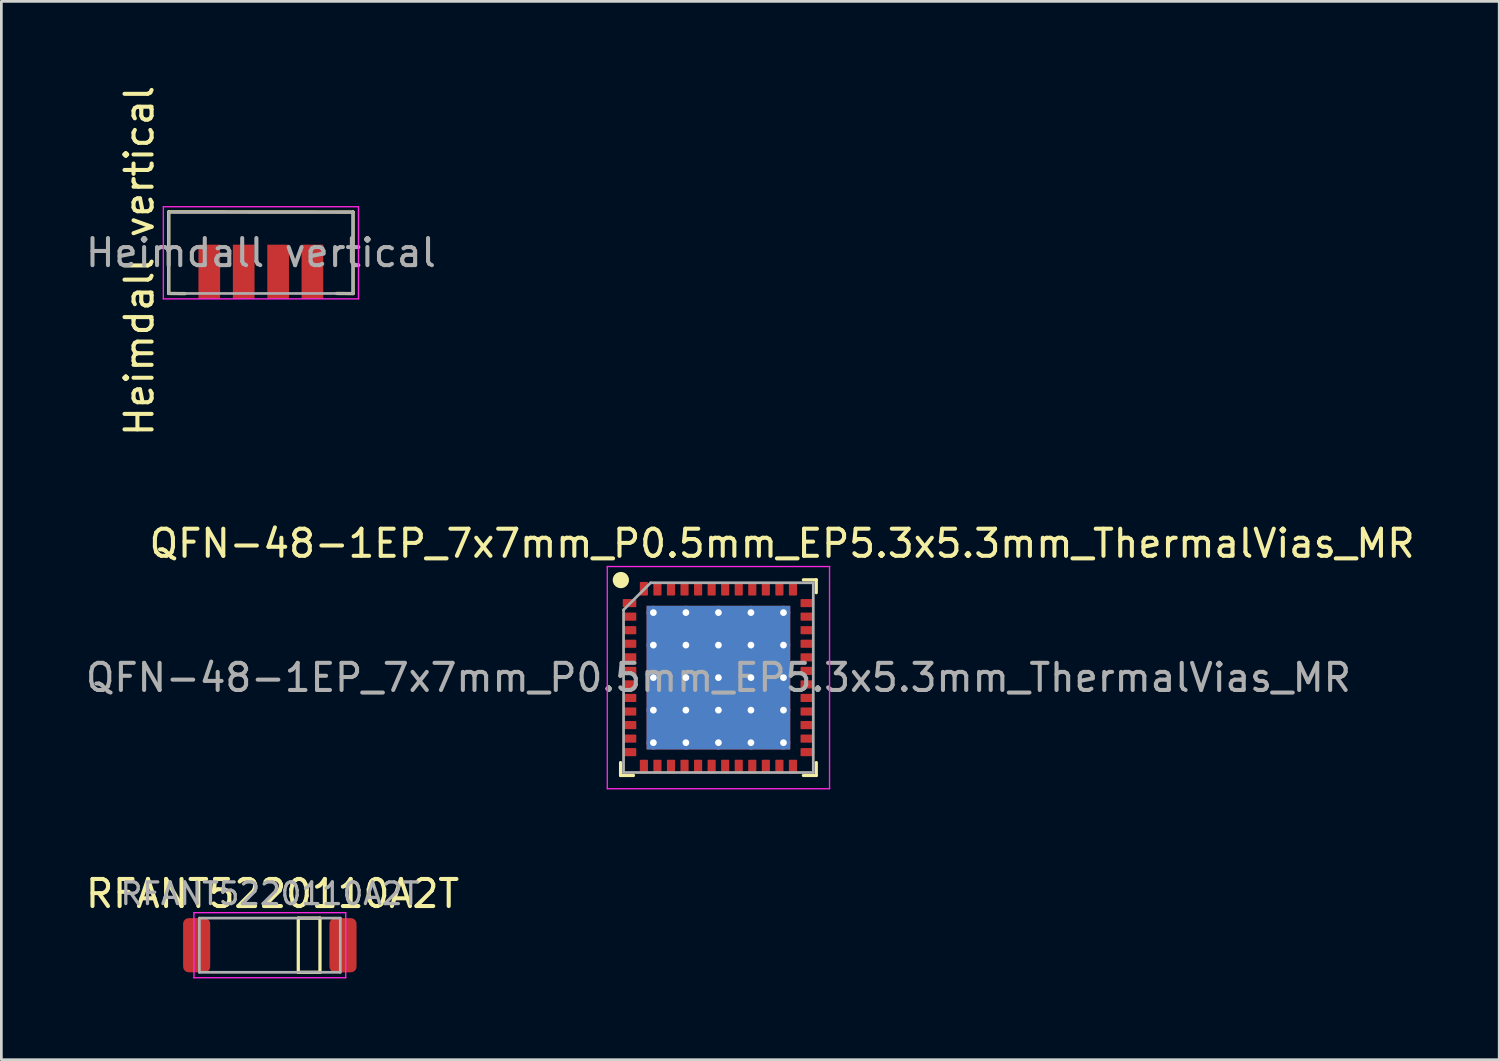
<source format=kicad_pcb>
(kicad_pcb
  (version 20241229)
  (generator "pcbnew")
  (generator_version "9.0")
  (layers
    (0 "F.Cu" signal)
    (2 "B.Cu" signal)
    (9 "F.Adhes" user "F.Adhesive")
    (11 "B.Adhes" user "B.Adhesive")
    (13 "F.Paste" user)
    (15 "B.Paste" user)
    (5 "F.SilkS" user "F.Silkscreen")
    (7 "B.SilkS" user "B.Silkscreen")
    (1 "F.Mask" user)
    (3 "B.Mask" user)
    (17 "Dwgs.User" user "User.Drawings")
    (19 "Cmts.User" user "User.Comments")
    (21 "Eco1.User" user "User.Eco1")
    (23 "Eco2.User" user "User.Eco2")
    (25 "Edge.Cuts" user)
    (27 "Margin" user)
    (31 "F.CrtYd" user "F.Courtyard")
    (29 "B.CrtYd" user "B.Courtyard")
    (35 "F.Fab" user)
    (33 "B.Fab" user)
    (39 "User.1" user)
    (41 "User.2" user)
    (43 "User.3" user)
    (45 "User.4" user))
  (footprint "QFN-48-1EP_7x7mm_P0.5mm_EP5.3x5.3mm_ThermalVias_MR"
    (layer "F.Cu")
    (at 23.458 21.953)
    (property "Reference" "QFN-48-1EP_7x7mm_P0.5mm_EP5.3x5.3mm_ThermalVias_MR" (at 2.35 -4.95 0) (layer "F.SilkS") (effects (font (size 1 1) (thickness 0.15))))
    (attr smd)
    (fp_line (start -3.61 3.61) (end -3.61 3.135) (stroke (width 0.12) (type solid)) (layer "F.SilkS"))
    (fp_line (start -3.135 3.61) (end -3.61 3.61) (stroke (width 0.12) (type solid)) (layer "F.SilkS"))
    (fp_line (start 3.135 -3.61) (end 3.61 -3.61) (stroke (width 0.12) (type solid)) (layer "F.SilkS"))
    (fp_line (start 3.135 3.61) (end 3.61 3.61) (stroke (width 0.12) (type solid)) (layer "F.SilkS"))
    (fp_line (start 3.61 -3.61) (end 3.61 -3.135) (stroke (width 0.12) (type solid)) (layer "F.SilkS"))
    (fp_line (start 3.61 3.61) (end 3.61 3.135) (stroke (width 0.12) (type solid)) (layer "F.SilkS"))
    (fp_circle (center -3.6 -3.6) (end -3.45 -3.6) (stroke (width 0.3) (type solid)) (fill no) (layer "F.SilkS"))
    (fp_line (start -4.1 -4.1) (end -4.1 4.1) (stroke (width 0.05) (type solid)) (layer "F.CrtYd"))
    (fp_line (start -4.1 4.1) (end 4.1 4.1) (stroke (width 0.05) (type solid)) (layer "F.CrtYd"))
    (fp_line (start 4.1 -4.1) (end -4.1 -4.1) (stroke (width 0.05) (type solid)) (layer "F.CrtYd"))
    (fp_line (start 4.1 4.1) (end 4.1 -4.1) (stroke (width 0.05) (type solid)) (layer "F.CrtYd"))
    (fp_line (start -3.5 -2.5) (end -2.5 -3.5) (stroke (width 0.1) (type solid)) (layer "F.Fab"))
    (fp_line (start -3.5 3.5) (end -3.5 -2.5) (stroke (width 0.1) (type solid)) (layer "F.Fab"))
    (fp_line (start -2.5 -3.5) (end 3.5 -3.5) (stroke (width 0.1) (type solid)) (layer "F.Fab"))
    (fp_line (start 3.5 -3.5) (end 3.5 3.5) (stroke (width 0.1) (type solid)) (layer "F.Fab"))
    (fp_line (start 3.5 3.5) (end -3.5 3.5) (stroke (width 0.1) (type solid)) (layer "F.Fab"))
    (fp_text user "${REFERENCE}" (at 0 0 0) (layer "F.Fab") (effects (font (size 1 1) (thickness 0.15))))
    (pad "" smd roundrect (at -1.8 -1.8) (size 1.026 1.026) (layers "F.Paste") (roundrect_rratio 0.244))
    (pad "" smd roundrect (at -1.8 -0.6) (size 1.026 1.026) (layers "F.Paste") (roundrect_rratio 0.244))
    (pad "" smd roundrect (at -1.8 0.6) (size 1.026 1.026) (layers "F.Paste") (roundrect_rratio 0.244))
    (pad "" smd roundrect (at -1.8 1.8) (size 1.026 1.026) (layers "F.Paste") (roundrect_rratio 0.244))
    (pad "" smd roundrect (at -0.6 -1.8) (size 1.026 1.026) (layers "F.Paste") (roundrect_rratio 0.244))
    (pad "" smd roundrect (at -0.6 -0.6) (size 1.026 1.026) (layers "F.Paste") (roundrect_rratio 0.244))
    (pad "" smd roundrect (at -0.6 0.6) (size 1.026 1.026) (layers "F.Paste") (roundrect_rratio 0.244))
    (pad "" smd roundrect (at -0.6 1.8) (size 1.026 1.026) (layers "F.Paste") (roundrect_rratio 0.244))
    (pad "" smd roundrect (at 0.6 -1.8) (size 1.026 1.026) (layers "F.Paste") (roundrect_rratio 0.244))
    (pad "" smd roundrect (at 0.6 -0.6) (size 1.026 1.026) (layers "F.Paste") (roundrect_rratio 0.244))
    (pad "" smd roundrect (at 0.6 0.6) (size 1.026 1.026) (layers "F.Paste") (roundrect_rratio 0.244))
    (pad "" smd roundrect (at 0.6 1.8) (size 1.026 1.026) (layers "F.Paste") (roundrect_rratio 0.244))
    (pad "" smd roundrect (at 1.8 -1.8) (size 1.026 1.026) (layers "F.Paste") (roundrect_rratio 0.244))
    (pad "" smd roundrect (at 1.8 -0.6) (size 1.026 1.026) (layers "F.Paste") (roundrect_rratio 0.244))
    (pad "" smd roundrect (at 1.8 0.6) (size 1.026 1.026) (layers "F.Paste") (roundrect_rratio 0.244))
    (pad "" smd roundrect (at 1.8 1.8) (size 1.026 1.026) (layers "F.Paste") (roundrect_rratio 0.244))
    (pad "1" smd roundrect (at -3.28 -2.75) (size 0.5 0.3) (layers "F.Cu" "F.Mask" "F.Paste") (roundrect_rratio 0.1))
    (pad "2" smd roundrect (at -3.28 -2.25) (size 0.5 0.3) (layers "F.Cu" "F.Mask" "F.Paste") (roundrect_rratio 0.1))
    (pad "3" smd roundrect (at -3.28 -1.75) (size 0.5 0.3) (layers "F.Cu" "F.Mask" "F.Paste") (roundrect_rratio 0.1))
    (pad "4" smd roundrect (at -3.28 -1.25) (size 0.5 0.3) (layers "F.Cu" "F.Mask" "F.Paste") (roundrect_rratio 0.1))
    (pad "5" smd roundrect (at -3.28 -0.75) (size 0.5 0.3) (layers "F.Cu" "F.Mask" "F.Paste") (roundrect_rratio 0.1))
    (pad "6" smd roundrect (at -3.28 -0.25) (size 0.5 0.3) (layers "F.Cu" "F.Mask" "F.Paste") (roundrect_rratio 0.1))
    (pad "7" smd roundrect (at -3.28 0.25) (size 0.5 0.3) (layers "F.Cu" "F.Mask" "F.Paste") (roundrect_rratio 0.1))
    (pad "8" smd roundrect (at -3.28 0.75) (size 0.5 0.3) (layers "F.Cu" "F.Mask" "F.Paste") (roundrect_rratio 0.1))
    (pad "9" smd roundrect (at -3.28 1.25) (size 0.5 0.3) (layers "F.Cu" "F.Mask" "F.Paste") (roundrect_rratio 0.1))
    (pad "10" smd roundrect (at -3.28 1.75) (size 0.5 0.3) (layers "F.Cu" "F.Mask" "F.Paste") (roundrect_rratio 0.1))
    (pad "11" smd roundrect (at -3.28 2.25) (size 0.5 0.3) (layers "F.Cu" "F.Mask" "F.Paste") (roundrect_rratio 0.1))
    (pad "12" smd roundrect (at -3.28 2.75) (size 0.5 0.3) (layers "F.Cu" "F.Mask" "F.Paste") (roundrect_rratio 0.1))
    (pad "13" smd roundrect (at -2.75 3.28) (size 0.3 0.5) (layers "F.Cu" "F.Mask" "F.Paste") (roundrect_rratio 0.1))
    (pad "14" smd roundrect (at -2.25 3.28) (size 0.3 0.5) (layers "F.Cu" "F.Mask" "F.Paste") (roundrect_rratio 0.1))
    (pad "15" smd roundrect (at -1.75 3.28) (size 0.3 0.5) (layers "F.Cu" "F.Mask" "F.Paste") (roundrect_rratio 0.1))
    (pad "16" smd roundrect (at -1.25 3.28) (size 0.3 0.5) (layers "F.Cu" "F.Mask" "F.Paste") (roundrect_rratio 0.1))
    (pad "17" smd roundrect (at -0.75 3.28) (size 0.3 0.5) (layers "F.Cu" "F.Mask" "F.Paste") (roundrect_rratio 0.1))
    (pad "18" smd roundrect (at -0.25 3.28) (size 0.3 0.5) (layers "F.Cu" "F.Mask" "F.Paste") (roundrect_rratio 0.1))
    (pad "19" smd roundrect (at 0.25 3.28) (size 0.3 0.5) (layers "F.Cu" "F.Mask" "F.Paste") (roundrect_rratio 0.1))
    (pad "20" smd roundrect (at 0.75 3.28) (size 0.3 0.5) (layers "F.Cu" "F.Mask" "F.Paste") (roundrect_rratio 0.1))
    (pad "21" smd roundrect (at 1.25 3.28) (size 0.3 0.5) (layers "F.Cu" "F.Mask" "F.Paste") (roundrect_rratio 0.1))
    (pad "22" smd roundrect (at 1.75 3.28) (size 0.3 0.5) (layers "F.Cu" "F.Mask" "F.Paste") (roundrect_rratio 0.1))
    (pad "23" smd roundrect (at 2.25 3.28) (size 0.3 0.5) (layers "F.Cu" "F.Mask" "F.Paste") (roundrect_rratio 0.1))
    (pad "24" smd roundrect (at 2.75 3.28) (size 0.3 0.5) (layers "F.Cu" "F.Mask" "F.Paste") (roundrect_rratio 0.1))
    (pad "25" smd roundrect (at 3.28 2.75) (size 0.5 0.3) (layers "F.Cu" "F.Mask" "F.Paste") (roundrect_rratio 0.1))
    (pad "26" smd roundrect (at 3.28 2.25) (size 0.5 0.3) (layers "F.Cu" "F.Mask" "F.Paste") (roundrect_rratio 0.1))
    (pad "27" smd roundrect (at 3.28 1.75) (size 0.5 0.3) (layers "F.Cu" "F.Mask" "F.Paste") (roundrect_rratio 0.1))
    (pad "28" smd roundrect (at 3.28 1.25) (size 0.5 0.3) (layers "F.Cu" "F.Mask" "F.Paste") (roundrect_rratio 0.1))
    (pad "29" smd roundrect (at 3.28 0.75) (size 0.5 0.3) (layers "F.Cu" "F.Mask" "F.Paste") (roundrect_rratio 0.1))
    (pad "30" smd roundrect (at 3.28 0.25) (size 0.5 0.3) (layers "F.Cu" "F.Mask" "F.Paste") (roundrect_rratio 0.1))
    (pad "31" smd roundrect (at 3.28 -0.25) (size 0.5 0.3) (layers "F.Cu" "F.Mask" "F.Paste") (roundrect_rratio 0.1))
    (pad "32" smd roundrect (at 3.28 -0.75) (size 0.5 0.3) (layers "F.Cu" "F.Mask" "F.Paste") (roundrect_rratio 0.1))
    (pad "33" smd roundrect (at 3.28 -1.25) (size 0.5 0.3) (layers "F.Cu" "F.Mask" "F.Paste") (roundrect_rratio 0.1))
    (pad "34" smd roundrect (at 3.28 -1.75) (size 0.5 0.3) (layers "F.Cu" "F.Mask" "F.Paste") (roundrect_rratio 0.1))
    (pad "35" smd roundrect (at 3.28 -2.25) (size 0.5 0.3) (layers "F.Cu" "F.Mask" "F.Paste") (roundrect_rratio 0.1))
    (pad "36" smd roundrect (at 3.28 -2.75) (size 0.5 0.3) (layers "F.Cu" "F.Mask" "F.Paste") (roundrect_rratio 0.1))
    (pad "37" smd roundrect (at 2.75 -3.28) (size 0.3 0.5) (layers "F.Cu" "F.Mask" "F.Paste") (roundrect_rratio 0.1))
    (pad "38" smd roundrect (at 2.25 -3.28) (size 0.3 0.5) (layers "F.Cu" "F.Mask" "F.Paste") (roundrect_rratio 0.1))
    (pad "39" smd roundrect (at 1.75 -3.28) (size 0.3 0.5) (layers "F.Cu" "F.Mask" "F.Paste") (roundrect_rratio 0.1))
    (pad "40" smd roundrect (at 1.25 -3.28) (size 0.3 0.5) (layers "F.Cu" "F.Mask" "F.Paste") (roundrect_rratio 0.1))
    (pad "41" smd roundrect (at 0.75 -3.28) (size 0.3 0.5) (layers "F.Cu" "F.Mask" "F.Paste") (roundrect_rratio 0.1))
    (pad "42" smd roundrect (at 0.25 -3.28) (size 0.3 0.5) (layers "F.Cu" "F.Mask" "F.Paste") (roundrect_rratio 0.1))
    (pad "43" smd roundrect (at -0.25 -3.28) (size 0.3 0.5) (layers "F.Cu" "F.Mask" "F.Paste") (roundrect_rratio 0.1))
    (pad "44" smd roundrect (at -0.75 -3.28) (size 0.3 0.5) (layers "F.Cu" "F.Mask" "F.Paste") (roundrect_rratio 0.1))
    (pad "45" smd roundrect (at -1.25 -3.28) (size 0.3 0.5) (layers "F.Cu" "F.Mask" "F.Paste") (roundrect_rratio 0.1))
    (pad "46" smd roundrect (at -1.75 -3.28) (size 0.3 0.5) (layers "F.Cu" "F.Mask" "F.Paste") (roundrect_rratio 0.1))
    (pad "47" smd roundrect (at -2.25 -3.28) (size 0.3 0.5) (layers "F.Cu" "F.Mask" "F.Paste") (roundrect_rratio 0.1))
    (pad "48" smd roundrect (at -2.75 -3.28) (size 0.3 0.5) (layers "F.Cu" "F.Mask" "F.Paste") (roundrect_rratio 0.1))
    (pad "49" thru_hole circle (at -2.4 -2.4) (size 0.5 0.5) (drill 0.25) (layers "*.Cu"))
    (pad "49" thru_hole circle (at -2.4 -1.2) (size 0.5 0.5) (drill 0.25) (layers "*.Cu"))
    (pad "49" thru_hole circle (at -2.4 0) (size 0.5 0.5) (drill 0.25) (layers "*.Cu"))
    (pad "49" thru_hole circle (at -2.4 1.2) (size 0.5 0.5) (drill 0.25) (layers "*.Cu"))
    (pad "49" thru_hole circle (at -2.4 2.4) (size 0.5 0.5) (drill 0.25) (layers "*.Cu"))
    (pad "49" thru_hole circle (at -1.2 -2.4) (size 0.5 0.5) (drill 0.25) (layers "*.Cu"))
    (pad "49" thru_hole circle (at -1.2 -1.2) (size 0.5 0.5) (drill 0.25) (layers "*.Cu"))
    (pad "49" thru_hole circle (at -1.2 0) (size 0.5 0.5) (drill 0.25) (layers "*.Cu"))
    (pad "49" thru_hole circle (at -1.2 1.2) (size 0.5 0.5) (drill 0.25) (layers "*.Cu"))
    (pad "49" thru_hole circle (at -1.2 2.4) (size 0.5 0.5) (drill 0.25) (layers "*.Cu"))
    (pad "49" thru_hole circle (at 0 -2.4) (size 0.5 0.5) (drill 0.25) (layers "*.Cu"))
    (pad "49" thru_hole circle (at 0 -1.2) (size 0.5 0.5) (drill 0.25) (layers "*.Cu"))
    (pad "49" thru_hole circle (at 0 0) (size 0.5 0.5) (drill 0.25) (layers "*.Cu"))
    (pad "49" smd rect (at 0 0) (size 5.3 5.3) (layers "F.Cu" "F.Mask"))
    (pad "49" smd rect (at 0 0) (size 5.3 5.3) (layers "B.Cu"))
    (pad "49" thru_hole circle (at 0 1.2) (size 0.5 0.5) (drill 0.25) (layers "*.Cu"))
    (pad "49" thru_hole circle (at 0 2.4) (size 0.5 0.5) (drill 0.25) (layers "*.Cu"))
    (pad "49" thru_hole circle (at 1.2 -2.4) (size 0.5 0.5) (drill 0.25) (layers "*.Cu"))
    (pad "49" thru_hole circle (at 1.2 -1.2) (size 0.5 0.5) (drill 0.25) (layers "*.Cu"))
    (pad "49" thru_hole circle (at 1.2 0) (size 0.5 0.5) (drill 0.25) (layers "*.Cu"))
    (pad "49" thru_hole circle (at 1.2 1.2) (size 0.5 0.5) (drill 0.25) (layers "*.Cu"))
    (pad "49" thru_hole circle (at 1.2 2.4) (size 0.5 0.5) (drill 0.25) (layers "*.Cu"))
    (pad "49" thru_hole circle (at 2.4 -2.4) (size 0.5 0.5) (drill 0.25) (layers "*.Cu"))
    (pad "49" thru_hole circle (at 2.4 -1.2) (size 0.5 0.5) (drill 0.25) (layers "*.Cu"))
    (pad "49" thru_hole circle (at 2.4 0) (size 0.5 0.5) (drill 0.25) (layers "*.Cu"))
    (pad "49" thru_hole circle (at 2.4 1.2) (size 0.5 0.5) (drill 0.25) (layers "*.Cu"))
    (pad "49" thru_hole circle (at 2.4 2.4) (size 0.5 0.5) (drill 0.25) (layers "*.Cu")))
  (footprint "RFANT5220110A2T"
    (layer "F.Cu")
    (at 6.906 31.826)
    (property "Reference" "RFANT5220110A2T" (at 0.1 -1.9 0) (layer "F.SilkS") (effects (font (size 1 1) (thickness 0.15))))
    (attr smd)
    (fp_line (start 1.05 -1) (end 1.05 1) (stroke (width 0.12) (type solid)) (layer "F.SilkS"))
    (fp_line (start 1.05 1) (end 1.85 1) (stroke (width 0.12) (type solid)) (layer "F.SilkS"))
    (fp_line (start 1.85 -1) (end 1.05 -1) (stroke (width 0.12) (type solid)) (layer "F.SilkS"))
    (fp_line (start 1.85 -1) (end 1.85 1) (stroke (width 0.12) (type solid)) (layer "F.SilkS"))
    (fp_line (start -2.8 -1.2) (end 2.8 -1.2) (stroke (width 0.05) (type solid)) (layer "F.CrtYd"))
    (fp_line (start -2.8 1.2) (end -2.8 -1.2) (stroke (width 0.05) (type solid)) (layer "F.CrtYd"))
    (fp_line (start 2.8 -1.2) (end 2.8 1.2) (stroke (width 0.05) (type solid)) (layer "F.CrtYd"))
    (fp_line (start 2.8 1.2) (end -2.8 1.2) (stroke (width 0.05) (type solid)) (layer "F.CrtYd"))
    (fp_line (start -2.6 -1) (end -2.6 1) (stroke (width 0.1) (type solid)) (layer "F.Fab"))
    (fp_line (start -2.6 1) (end 2.6 1) (stroke (width 0.1) (type solid)) (layer "F.Fab"))
    (fp_line (start 2.6 -1) (end -2.6 -1) (stroke (width 0.1) (type solid)) (layer "F.Fab"))
    (fp_line (start 2.6 1) (end 2.6 -1) (stroke (width 0.1) (type solid)) (layer "F.Fab"))
    (fp_text user "${REFERENCE}" (at 0 -1.9 0) (layer "F.Fab") (effects (font (size 0.8 0.8) (thickness 0.12))))
    (pad "" smd roundrect (at -2.7 0) (size 1 2) (layers "F.Cu" "F.Mask" "F.Paste") (roundrect_rratio 0.208))
    (pad "1" smd roundrect (at 2.7 0 180) (size 1 2) (layers "F.Cu" "F.Mask" "F.Paste") (roundrect_rratio 0.208)))
  (footprint "Heimdall vertical"
    (layer "F.Cu")
    (at 6.577 6.278)
    (property "Reference" "Heimdall vertical" (at -4.488 0.3 270) (layer "F.SilkS") (effects (font (size 1 1) (thickness 0.15))))
    (attr smd)
    (fp_line (start -3.4 1.5) (end -3.4 -1.51) (stroke (width 0.12) (type solid)) (layer "F.SilkS"))
    (fp_line (start -2.8 1.505) (end -3.4 1.5) (stroke (width 0.12) (type solid)) (layer "F.SilkS"))
    (fp_line (start 3.4 -1.505) (end -3.4 -1.51) (stroke (width 0.12) (type solid)) (layer "F.SilkS"))
    (fp_line (start 3.4 1.505) (end 2.8 1.5) (stroke (width 0.12) (type solid)) (layer "F.SilkS"))
    (fp_line (start 3.4 1.505) (end 3.4 -1.505) (stroke (width 0.12) (type solid)) (layer "F.SilkS"))
    (fp_line (start -3.6 -1.7) (end -3.6 1.7) (stroke (width 0.05) (type solid)) (layer "F.CrtYd"))
    (fp_line (start -3.6 -1.7) (end 3.6 -1.7) (stroke (width 0.05) (type solid)) (layer "F.CrtYd"))
    (fp_line (start -3.6 1.7) (end 3.6 1.7) (stroke (width 0.05) (type solid)) (layer "F.CrtYd"))
    (fp_line (start 3.6 -1.7) (end 3.6 1.7) (stroke (width 0.05) (type solid)) (layer "F.CrtYd"))
    (fp_line (start -3.4 -1.5) (end -3.4 1.5) (stroke (width 0.1) (type solid)) (layer "F.Fab"))
    (fp_line (start -3.4 -1.5) (end 3.4 -1.5) (stroke (width 0.1) (type solid)) (layer "F.Fab"))
    (fp_line (start -3.4 1.5) (end 3.4 1.5) (stroke (width 0.1) (type solid)) (layer "F.Fab"))
    (fp_line (start 3.4 -1.5) (end 3.4 1.5) (stroke (width 0.1) (type solid)) (layer "F.Fab"))
    (fp_text user "${REFERENCE}" (at 0 0 0) (layer "F.Fab") (effects (font (size 1 1) (thickness 0.15))))
    (pad "1" smd rect (at -1.905 0.7 90) (size 2 0.8) (layers "F.Cu" "F.Mask" "F.Paste"))
    (pad "2" smd rect (at -0.635 0.7 90) (size 2 0.8) (layers "F.Cu" "F.Mask" "F.Paste"))
    (pad "3" smd rect (at 0.635 0.7 90) (size 2 0.8) (layers "F.Cu" "F.Mask" "F.Paste"))
    (pad "4" smd rect (at 1.9 0.7 90) (size 2 0.8) (layers "F.Cu" "F.Mask" "F.Paste")))
  (gr_rect
    (start -3 -3)
    (end 52.267 36.051)
    (stroke (width 0.1) (type default))
    (fill no)
    (layer "Edge.Cuts")))
</source>
